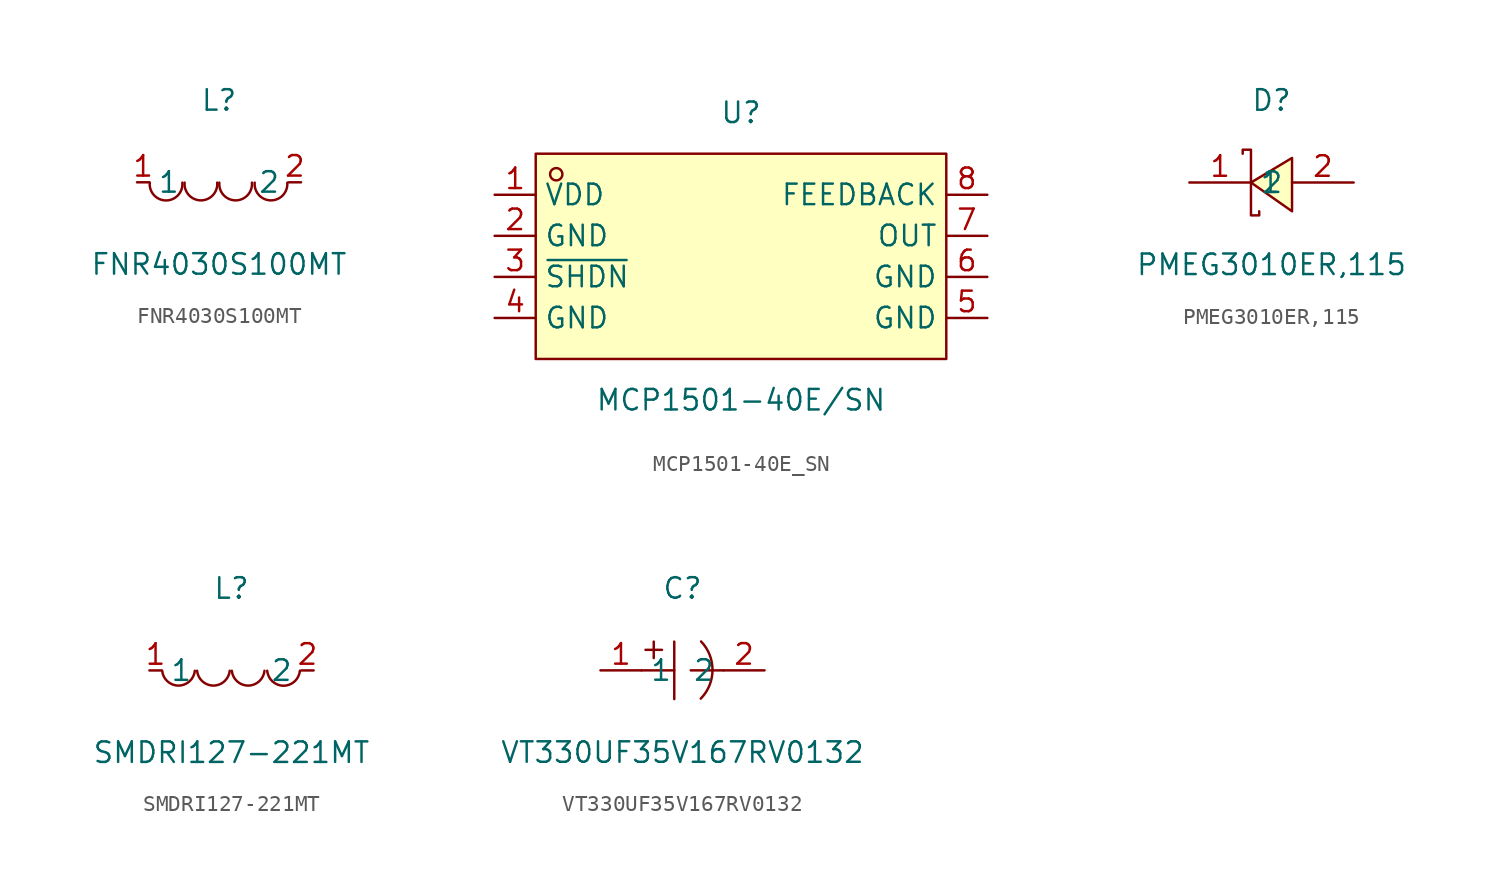
<source format=kicad_sym>
(kicad_symbol_lib
  (version 20241209)
  (generator "kicad_symbol_editor")
  (generator_version "9.0")
  (symbol "FNR4030S100MT"
    (property "Reference" "L"
      (at 0 5.08 0)
      (effects (font (size 1.27 1.27))))
    (property "Value" "FNR4030S100MT"
      (at 0 -5.08 0)
      (effects (font (size 1.27 1.27))))
    (symbol "FNR4030S100MT_0_1"
      (arc (start -4.29 -0.02) (mid -2.81 -1.01) (end -2.27 -0.02) (stroke (width 0) (type default) (color 0 0 0 0)) (fill (type none)))
      (arc (start -2.13 -0.02) (mid -0.66 -1.01) (end -0.11 -0.02) (stroke (width 0) (type default) (color 0 0 0 0)) (fill (type none)))
      (arc (start 0.02 -0.02) (mid 1.49 -1.01) (end 2.04 -0.02) (stroke (width 0) (type default) (color 0 0 0 0)) (fill (type none)))
      (arc (start 2.21 -0.02) (mid 3.68 -1.01) (end 4.23 -0.02) (stroke (width 0) (type default) (color 0 0 0 0)) (fill (type none)))
      (pin unspecified line (at 5.08 -0.00 180) (length 0.762) (name "2" (effects (font (size 1.27 1.27)))) (number "2" (effects (font (size 1.27 1.27)))))
      (pin unspecified line (at -5.08 -0.00 0) (length 0.762) (name "1" (effects (font (size 1.27 1.27)))) (number "1" (effects (font (size 1.27 1.27)))))))
  (symbol "MCP1501-40E_SN"
    (property "Reference" "U"
      (at 0 8.89 0)
      (effects (font (size 1.27 1.27))))
    (property "Value" "MCP1501-40E/SN"
      (at 0 -8.89 0)
      (effects (font (size 1.27 1.27))))
    (symbol "MCP1501-40E_SN_0_1"
      (rectangle (start -12.70 6.35) (end 12.70 -6.35) (stroke (width 0) (type default) (color 0 0 0 0)) (fill (type background)))
      (circle (center -11.43 5.08) (radius 0.38) (stroke (width 0) (type default) (color 0 0 0 0)) (fill (type none)))
      (pin unspecified line (at -15.24 3.81 0) (length 2.54) (name "VDD" (effects (font (size 1.27 1.27)))) (number "1" (effects (font (size 1.27 1.27)))))
      (pin unspecified line (at -15.24 1.27 0) (length 2.54) (name "GND" (effects (font (size 1.27 1.27)))) (number "2" (effects (font (size 1.27 1.27)))))
      (pin unspecified line (at -15.24 -1.27 0) (length 2.54) (name "~{SHDN}" (effects (font (size 1.27 1.27)))) (number "3" (effects (font (size 1.27 1.27)))))
      (pin unspecified line (at -15.24 -3.81 0) (length 2.54) (name "GND" (effects (font (size 1.27 1.27)))) (number "4" (effects (font (size 1.27 1.27)))))
      (pin unspecified line (at 15.24 -3.81 180) (length 2.54) (name "GND" (effects (font (size 1.27 1.27)))) (number "5" (effects (font (size 1.27 1.27)))))
      (pin unspecified line (at 15.24 -1.27 180) (length 2.54) (name "GND" (effects (font (size 1.27 1.27)))) (number "6" (effects (font (size 1.27 1.27)))))
      (pin unspecified line (at 15.24 1.27 180) (length 2.54) (name "OUT" (effects (font (size 1.27 1.27)))) (number "7" (effects (font (size 1.27 1.27)))))
      (pin unspecified line (at 15.24 3.81 180) (length 2.54) (name "FEEDBACK" (effects (font (size 1.27 1.27)))) (number "8" (effects (font (size 1.27 1.27)))))))
  (symbol "PMEG3010ER,115"
    (property "Reference" "D"
      (at 0 5.08 0)
      (effects (font (size 1.27 1.27))))
    (property "Value" "PMEG3010ER,115"
      (at 0 -5.08 0)
      (effects (font (size 1.27 1.27))))
    (symbol "PMEG3010ER,115_0_1"
      (polyline (pts (xy 1.27 1.52) (xy -1.27 -0.00) (xy 1.27 -1.78) (xy 1.27 1.52)) (stroke (width 0) (type default) (color 0 0 0 0)) (fill (type background)))
      (polyline (pts (xy -1.27 -0.00) (xy -1.27 -2.03) (xy -0.76 -2.03) (xy -0.76 -1.78)) (stroke (width 0) (type default) (color 0 0 0 0)) (fill (type none)))
      (polyline (pts (xy -1.27 -0.00) (xy -1.27 2.03) (xy -1.78 2.03) (xy -1.78 1.78)) (stroke (width 0) (type default) (color 0 0 0 0)) (fill (type none)))
      (pin unspecified line (at 5.08 -0.00 180) (length 3.81) (name "2" (effects (font (size 1.27 1.27)))) (number "2" (effects (font (size 1.27 1.27)))))
      (pin unspecified line (at -5.08 -0.00 0) (length 3.81) (name "1" (effects (font (size 1.27 1.27)))) (number "1" (effects (font (size 1.27 1.27)))))))
  (symbol "SMDRI127-221MT"
    (property "Reference" "L"
      (at 0 5.08 0)
      (effects (font (size 1.27 1.27))))
    (property "Value" "SMDRI127-221MT"
      (at 0 -5.08 0)
      (effects (font (size 1.27 1.27))))
    (symbol "SMDRI127-221MT_0_1"
      (arc (start -2.27 -0.02) (mid -3.28 -0.937) (end -4.29 -0.02) (stroke (width 0) (type default)) (fill (type none)))
      (arc (start -0.11 -0.02) (mid -1.12 -0.937) (end -2.13 -0.02) (stroke (width 0) (type default)) (fill (type none)))
      (arc (start 2.04 -0.02) (mid 1.03 -0.937) (end 0.02 -0.02) (stroke (width 0) (type default)) (fill (type none)))
      (arc (start 4.23 -0.02) (mid 3.22 -0.9448) (end 2.21 -0.02) (stroke (width 0) (type default)) (fill (type none)))
      (pin unspecified line (at -5.08 0 0) (length 0.762) (name "1" (effects (font (size 1.27 1.27)))) (number "1" (effects (font (size 1.27 1.27)))))
      (pin unspecified line (at 5.08 0 180) (length 0.762) (name "2" (effects (font (size 1.27 1.27)))) (number "2" (effects (font (size 1.27 1.27)))))))
  (symbol "VT330UF35V167RV0132"
    (property "Reference" "C"
      (at 0 5.08 0)
      (effects (font (size 1.27 1.27))))
    (property "Value" "VT330UF35V167RV0132"
      (at 0 -5.08 0)
      (effects (font (size 1.27 1.27))))
    (symbol "VT330UF35V167RV0132_0_1"
      (polyline (pts (xy -2.54 0) (xy -0.51 0)) (stroke (width 0) (type default)) (fill (type none)))
      (polyline (pts (xy -2.29 1.27) (xy -1.27 1.27)) (stroke (width 0) (type default)) (fill (type none)))
      (polyline (pts (xy -1.78 1.78) (xy -1.78 0.76)) (stroke (width 0) (type default)) (fill (type none)))
      (arc (start 1.15 1.79) (mid 1.8578 0.0159) (end 1.13 -1.75) (stroke (width 0) (type default)) (fill (type none)))
      (polyline (pts (xy -0.51 1.78) (xy -0.51 -1.78)) (stroke (width 0) (type default)) (fill (type none)))
      (polyline (pts (xy 0.51 0) (xy 2.54 0)) (stroke (width 0) (type default)) (fill (type none)))
      (pin input line (at -5.08 0 0) (length 2.54) (name "1" (effects (font (size 1.27 1.27)))) (number "1" (effects (font (size 1.27 1.27)))))
      (pin input line (at 5.08 0 180) (length 2.54) (name "2" (effects (font (size 1.27 1.27)))) (number "2" (effects (font (size 1.27 1.27))))))))
</source>
